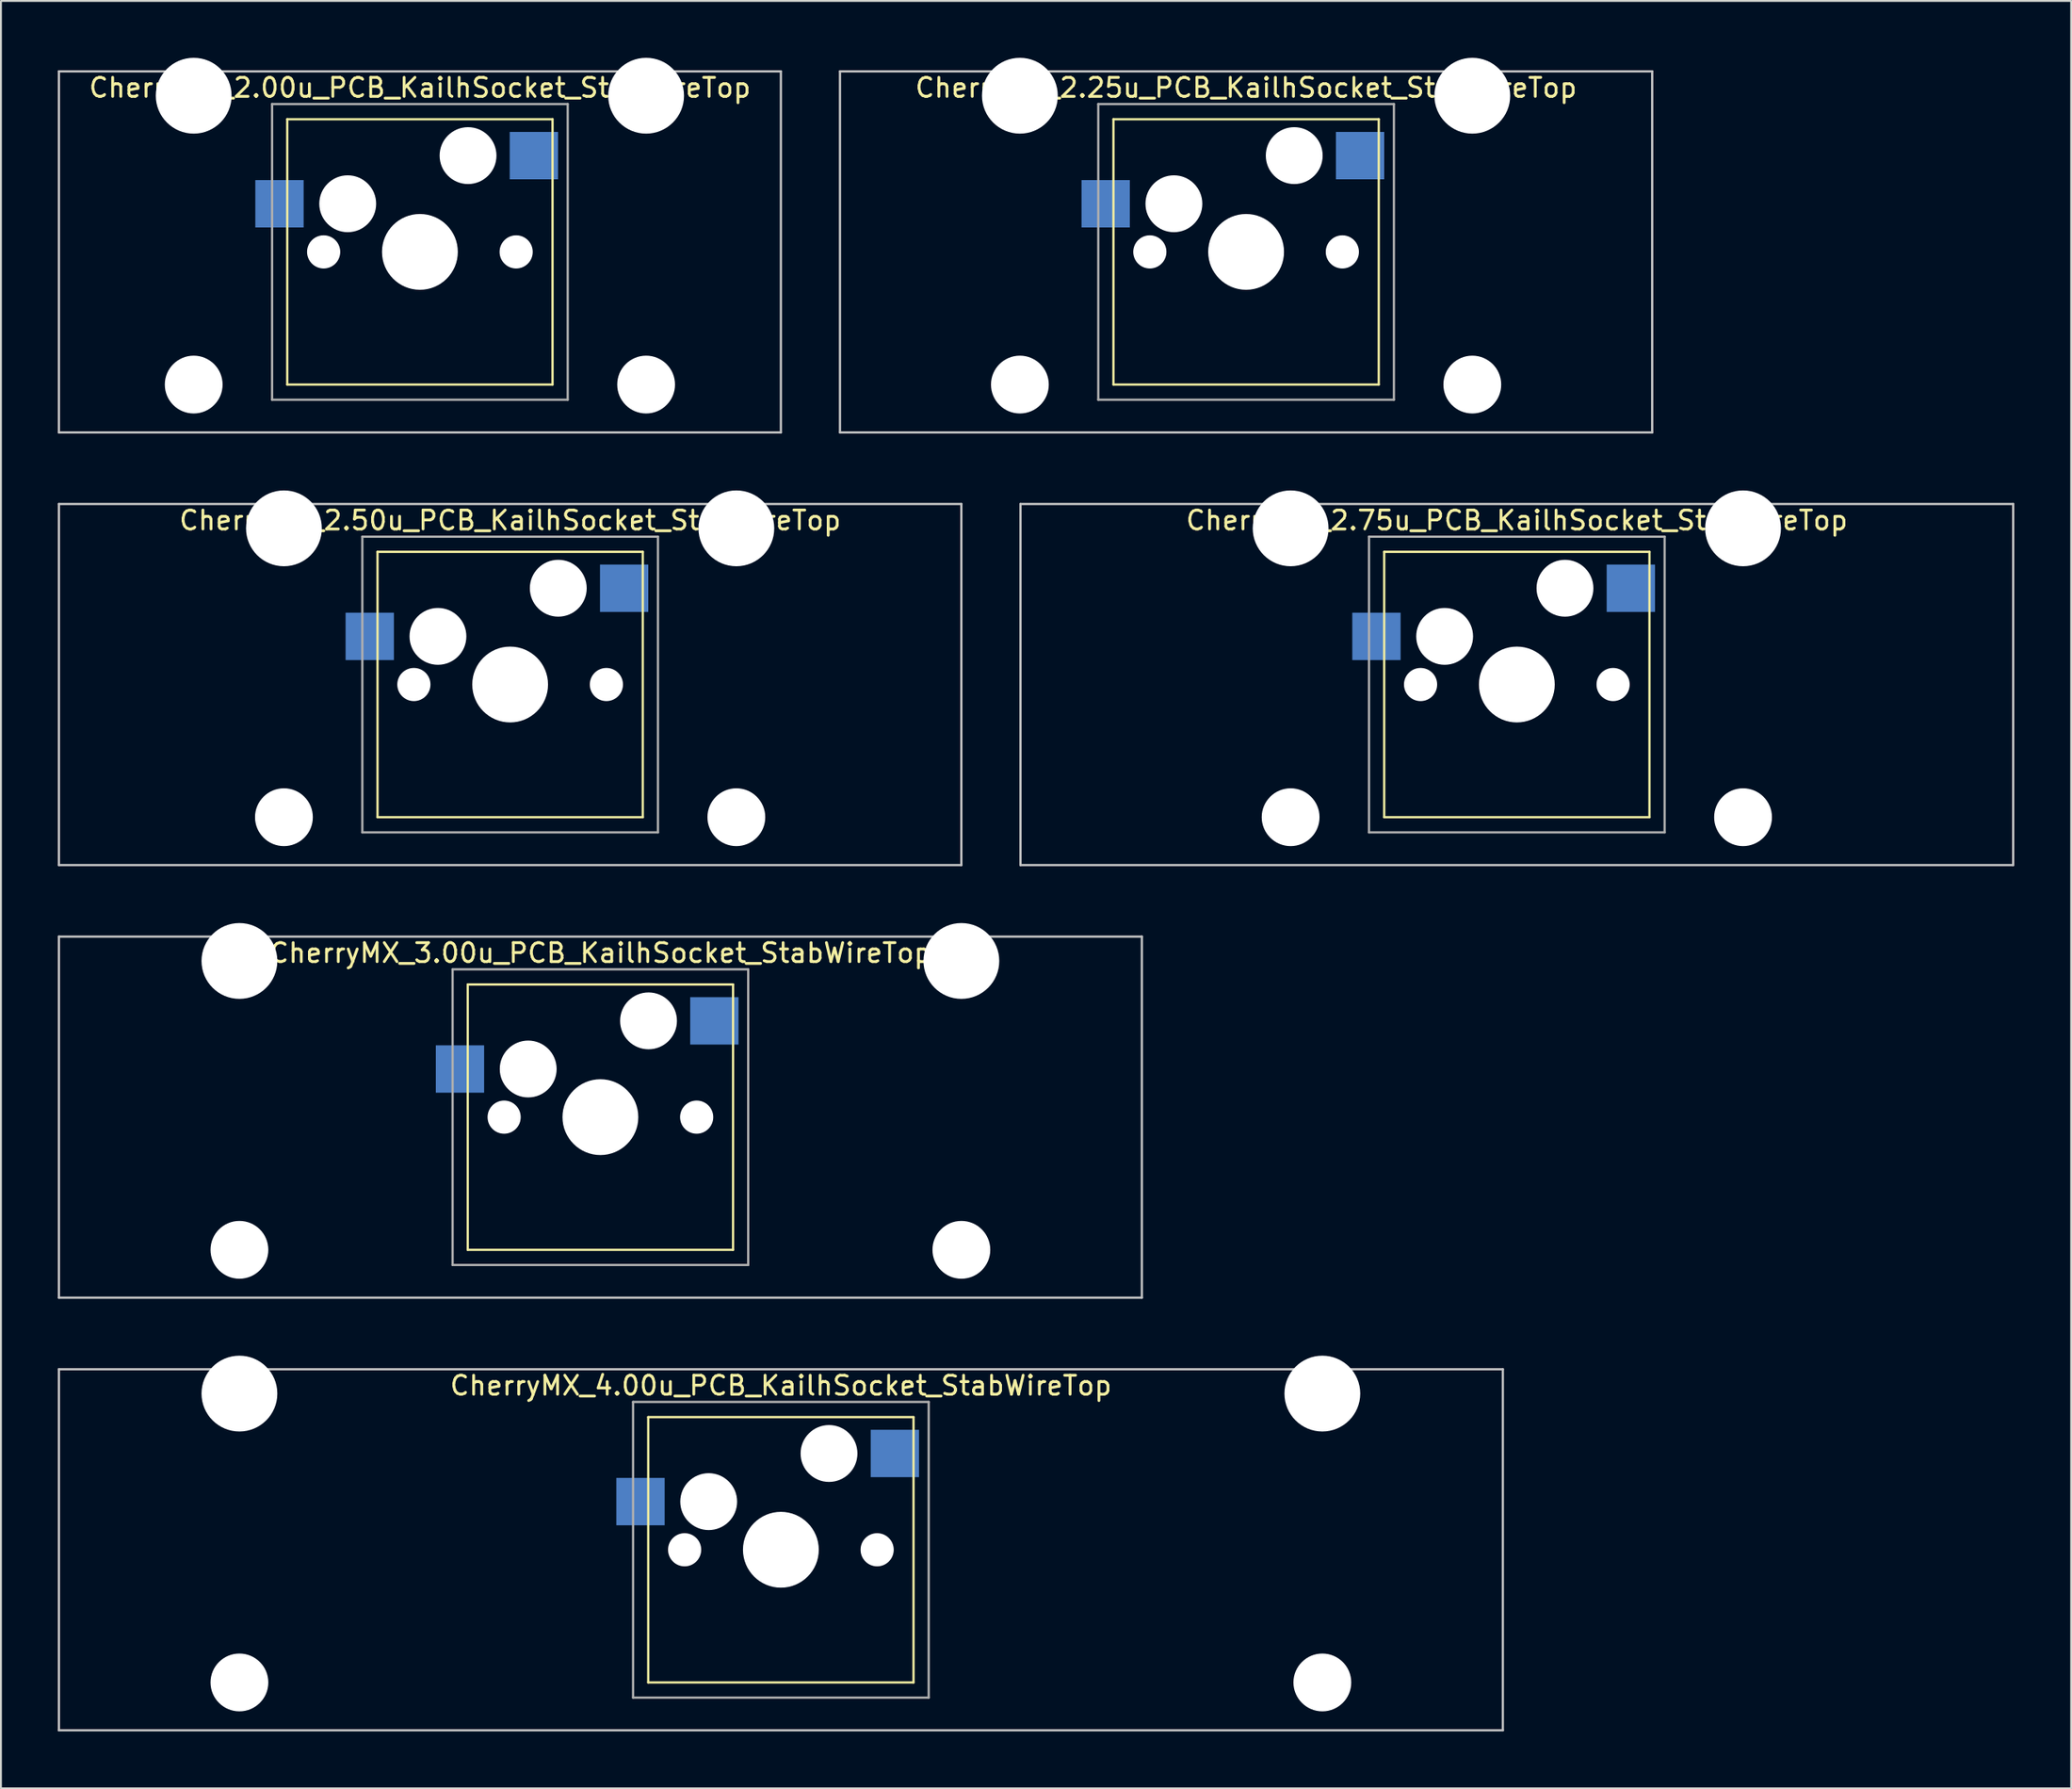
<source format=kicad_pcb>
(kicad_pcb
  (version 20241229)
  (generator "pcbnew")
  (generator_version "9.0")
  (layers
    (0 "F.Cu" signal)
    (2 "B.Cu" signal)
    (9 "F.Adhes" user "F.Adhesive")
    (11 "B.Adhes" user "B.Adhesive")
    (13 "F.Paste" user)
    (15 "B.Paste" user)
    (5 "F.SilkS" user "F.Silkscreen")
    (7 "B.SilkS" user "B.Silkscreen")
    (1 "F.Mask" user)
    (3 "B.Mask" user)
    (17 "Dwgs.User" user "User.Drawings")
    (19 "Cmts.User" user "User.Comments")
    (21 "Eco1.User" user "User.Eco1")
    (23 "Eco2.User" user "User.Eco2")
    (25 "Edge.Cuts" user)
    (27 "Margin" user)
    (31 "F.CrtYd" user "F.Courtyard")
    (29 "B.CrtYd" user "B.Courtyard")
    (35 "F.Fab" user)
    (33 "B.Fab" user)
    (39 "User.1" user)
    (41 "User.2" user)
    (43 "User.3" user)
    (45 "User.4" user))
  (footprint "CherryMX_3.00u_PCB_KailhSocket_StabWireTop"
    (layer "F.Cu")
    (at 28.635 55.89)
    (property "Reference" "CherryMX_3.00u_PCB_KailhSocket_StabWireTop" (at 0 -8.662 0) (layer "F.SilkS") (effects (font (size 1 1) (thickness 0.15))))
    (attr through_hole)
    (fp_line (start -7 -7) (end -7 7) (stroke (width 0.12) (type solid)) (layer "F.SilkS"))
    (fp_line (start -7 -7) (end 7 -7) (stroke (width 0.12) (type solid)) (layer "F.SilkS"))
    (fp_line (start 7 -7) (end 7 7) (stroke (width 0.12) (type solid)) (layer "F.SilkS"))
    (fp_line (start 7 7) (end -7 7) (stroke (width 0.12) (type solid)) (layer "F.SilkS"))
    (fp_line (start -28.575 -9.525) (end 28.575 -9.525) (stroke (width 0.12) (type solid)) (layer "Dwgs.User"))
    (fp_line (start -28.575 9.525) (end -28.575 -9.525) (stroke (width 0.12) (type solid)) (layer "Dwgs.User"))
    (fp_line (start 28.575 -9.525) (end 28.575 9.525) (stroke (width 0.12) (type solid)) (layer "Dwgs.User"))
    (fp_line (start 28.575 9.525) (end -28.575 9.525) (stroke (width 0.12) (type solid)) (layer "Dwgs.User"))
    (fp_line (start -7.8 -7.8) (end -7.8 7.8) (stroke (width 0.12) (type solid)) (layer "F.Fab"))
    (fp_line (start -7.8 -7.8) (end 7.8 -7.8) (stroke (width 0.12) (type solid)) (layer "F.Fab"))
    (fp_line (start -7.8 7.8) (end 7.8 7.8) (stroke (width 0.12) (type solid)) (layer "F.Fab"))
    (fp_line (start 7.8 -7.8) (end 7.8 7.8) (stroke (width 0.12) (type solid)) (layer "F.Fab"))
    (pad "" np_thru_hole circle (at -19.05 -8.24) (size 4 4) (drill 4) (layers "*.Cu" "*.Mask"))
    (pad "" np_thru_hole circle (at -19.05 7) (size 3.05 3.05) (drill 3.05) (layers "*.Cu" "*.Mask"))
    (pad "" np_thru_hole circle (at -5.08 0) (size 1.75 1.75) (drill 1.75) (layers "*.Cu" "*.Mask"))
    (pad "" np_thru_hole circle (at -3.81 -2.54) (size 3 3) (drill 3) (layers "*.Cu" "*.Mask"))
    (pad "" np_thru_hole circle (at 0 0) (size 4 4) (drill 4) (layers "*.Cu" "*.Mask"))
    (pad "" np_thru_hole circle (at 2.54 -5.08) (size 3 3) (drill 3) (layers "*.Cu" "*.Mask"))
    (pad "" np_thru_hole circle (at 5.08 0) (size 1.75 1.75) (drill 1.75) (layers "*.Cu" "*.Mask"))
    (pad "" np_thru_hole circle (at 19.05 -8.24) (size 4 4) (drill 4) (layers "*.Cu" "*.Mask"))
    (pad "" np_thru_hole circle (at 19.05 7) (size 3.05 3.05) (drill 3.05) (layers "*.Cu" "*.Mask"))
    (pad "1" smd rect (at -7.41 -2.54) (size 2.55 2.5) (layers "B.Cu" "B.Mask" "B.Paste"))
    (pad "2" smd rect (at 6.015 -5.08) (size 2.55 2.5) (layers "B.Cu" "B.Mask" "B.Paste")))
  (footprint "CherryMX_2.75u_PCB_KailhSocket_StabWireTop"
    (layer "F.Cu")
    (at 76.999 33.065)
    (property "Reference" "CherryMX_2.75u_PCB_KailhSocket_StabWireTop" (at 0 -8.662 0) (layer "F.SilkS") (effects (font (size 1 1) (thickness 0.15))))
    (attr through_hole)
    (fp_line (start -7 -7) (end -7 7) (stroke (width 0.12) (type solid)) (layer "F.SilkS"))
    (fp_line (start -7 -7) (end 7 -7) (stroke (width 0.12) (type solid)) (layer "F.SilkS"))
    (fp_line (start 7 -7) (end 7 7) (stroke (width 0.12) (type solid)) (layer "F.SilkS"))
    (fp_line (start 7 7) (end -7 7) (stroke (width 0.12) (type solid)) (layer "F.SilkS"))
    (fp_line (start -26.194 -9.525) (end 26.194 -9.525) (stroke (width 0.12) (type solid)) (layer "Dwgs.User"))
    (fp_line (start -26.194 9.525) (end -26.194 -9.525) (stroke (width 0.12) (type solid)) (layer "Dwgs.User"))
    (fp_line (start 26.194 -9.525) (end 26.194 9.525) (stroke (width 0.12) (type solid)) (layer "Dwgs.User"))
    (fp_line (start 26.194 9.525) (end -26.194 9.525) (stroke (width 0.12) (type solid)) (layer "Dwgs.User"))
    (fp_line (start -7.8 -7.8) (end -7.8 7.8) (stroke (width 0.12) (type solid)) (layer "F.Fab"))
    (fp_line (start -7.8 -7.8) (end 7.8 -7.8) (stroke (width 0.12) (type solid)) (layer "F.Fab"))
    (fp_line (start -7.8 7.8) (end 7.8 7.8) (stroke (width 0.12) (type solid)) (layer "F.Fab"))
    (fp_line (start 7.8 -7.8) (end 7.8 7.8) (stroke (width 0.12) (type solid)) (layer "F.Fab"))
    (pad "" np_thru_hole circle (at -11.938 -8.24) (size 4 4) (drill 4) (layers "*.Cu" "*.Mask"))
    (pad "" np_thru_hole circle (at -11.938 7) (size 3.05 3.05) (drill 3.05) (layers "*.Cu" "*.Mask"))
    (pad "" np_thru_hole circle (at -5.08 0) (size 1.75 1.75) (drill 1.75) (layers "*.Cu" "*.Mask"))
    (pad "" np_thru_hole circle (at -3.81 -2.54) (size 3 3) (drill 3) (layers "*.Cu" "*.Mask"))
    (pad "" np_thru_hole circle (at 0 0) (size 4 4) (drill 4) (layers "*.Cu" "*.Mask"))
    (pad "" np_thru_hole circle (at 2.54 -5.08) (size 3 3) (drill 3) (layers "*.Cu" "*.Mask"))
    (pad "" np_thru_hole circle (at 5.08 0) (size 1.75 1.75) (drill 1.75) (layers "*.Cu" "*.Mask"))
    (pad "" np_thru_hole circle (at 11.938 -8.24) (size 4 4) (drill 4) (layers "*.Cu" "*.Mask"))
    (pad "" np_thru_hole circle (at 11.938 7) (size 3.05 3.05) (drill 3.05) (layers "*.Cu" "*.Mask"))
    (pad "1" smd rect (at -7.41 -2.54) (size 2.55 2.5) (layers "B.Cu" "B.Mask" "B.Paste"))
    (pad "2" smd rect (at 6.015 -5.08) (size 2.55 2.5) (layers "B.Cu" "B.Mask" "B.Paste")))
  (footprint "CherryMX_2.00u_PCB_KailhSocket_StabWireTop"
    (layer "F.Cu")
    (at 19.11 10.24)
    (property "Reference" "CherryMX_2.00u_PCB_KailhSocket_StabWireTop" (at 0 -8.662 0) (layer "F.SilkS") (effects (font (size 1 1) (thickness 0.15))))
    (attr through_hole)
    (fp_line (start -7 -7) (end -7 7) (stroke (width 0.12) (type solid)) (layer "F.SilkS"))
    (fp_line (start -7 -7) (end 7 -7) (stroke (width 0.12) (type solid)) (layer "F.SilkS"))
    (fp_line (start 7 -7) (end 7 7) (stroke (width 0.12) (type solid)) (layer "F.SilkS"))
    (fp_line (start 7 7) (end -7 7) (stroke (width 0.12) (type solid)) (layer "F.SilkS"))
    (fp_line (start -19.05 -9.525) (end 19.05 -9.525) (stroke (width 0.12) (type solid)) (layer "Dwgs.User"))
    (fp_line (start -19.05 9.525) (end -19.05 -9.525) (stroke (width 0.12) (type solid)) (layer "Dwgs.User"))
    (fp_line (start 19.05 -9.525) (end 19.05 9.525) (stroke (width 0.12) (type solid)) (layer "Dwgs.User"))
    (fp_line (start 19.05 9.525) (end -19.05 9.525) (stroke (width 0.12) (type solid)) (layer "Dwgs.User"))
    (fp_line (start -7.8 -7.8) (end -7.8 7.8) (stroke (width 0.12) (type solid)) (layer "F.Fab"))
    (fp_line (start -7.8 -7.8) (end 7.8 -7.8) (stroke (width 0.12) (type solid)) (layer "F.Fab"))
    (fp_line (start -7.8 7.8) (end 7.8 7.8) (stroke (width 0.12) (type solid)) (layer "F.Fab"))
    (fp_line (start 7.8 -7.8) (end 7.8 7.8) (stroke (width 0.12) (type solid)) (layer "F.Fab"))
    (pad "" np_thru_hole circle (at -11.938 -8.24) (size 4 4) (drill 4) (layers "*.Cu" "*.Mask"))
    (pad "" np_thru_hole circle (at -11.938 7) (size 3.05 3.05) (drill 3.05) (layers "*.Cu" "*.Mask"))
    (pad "" np_thru_hole circle (at -5.08 0) (size 1.75 1.75) (drill 1.75) (layers "*.Cu" "*.Mask"))
    (pad "" np_thru_hole circle (at -3.81 -2.54) (size 3 3) (drill 3) (layers "*.Cu" "*.Mask"))
    (pad "" np_thru_hole circle (at 0 0) (size 4 4) (drill 4) (layers "*.Cu" "*.Mask"))
    (pad "" np_thru_hole circle (at 2.54 -5.08) (size 3 3) (drill 3) (layers "*.Cu" "*.Mask"))
    (pad "" np_thru_hole circle (at 5.08 0) (size 1.75 1.75) (drill 1.75) (layers "*.Cu" "*.Mask"))
    (pad "" np_thru_hole circle (at 11.938 -8.24) (size 4 4) (drill 4) (layers "*.Cu" "*.Mask"))
    (pad "" np_thru_hole circle (at 11.938 7) (size 3.05 3.05) (drill 3.05) (layers "*.Cu" "*.Mask"))
    (pad "1" smd rect (at -7.41 -2.54) (size 2.55 2.5) (layers "B.Cu" "B.Mask" "B.Paste"))
    (pad "2" smd rect (at 6.015 -5.08) (size 2.55 2.5) (layers "B.Cu" "B.Mask" "B.Paste")))
  (footprint "CherryMX_2.25u_PCB_KailhSocket_StabWireTop"
    (layer "F.Cu")
    (at 62.711 10.24)
    (property "Reference" "CherryMX_2.25u_PCB_KailhSocket_StabWireTop" (at 0 -8.662 0) (layer "F.SilkS") (effects (font (size 1 1) (thickness 0.15))))
    (attr through_hole)
    (fp_line (start -7 -7) (end -7 7) (stroke (width 0.12) (type solid)) (layer "F.SilkS"))
    (fp_line (start -7 -7) (end 7 -7) (stroke (width 0.12) (type solid)) (layer "F.SilkS"))
    (fp_line (start 7 -7) (end 7 7) (stroke (width 0.12) (type solid)) (layer "F.SilkS"))
    (fp_line (start 7 7) (end -7 7) (stroke (width 0.12) (type solid)) (layer "F.SilkS"))
    (fp_line (start -21.431 -9.525) (end 21.431 -9.525) (stroke (width 0.12) (type solid)) (layer "Dwgs.User"))
    (fp_line (start -21.431 9.525) (end -21.431 -9.525) (stroke (width 0.12) (type solid)) (layer "Dwgs.User"))
    (fp_line (start 21.431 -9.525) (end 21.431 9.525) (stroke (width 0.12) (type solid)) (layer "Dwgs.User"))
    (fp_line (start 21.431 9.525) (end -21.431 9.525) (stroke (width 0.12) (type solid)) (layer "Dwgs.User"))
    (fp_line (start -7.8 -7.8) (end -7.8 7.8) (stroke (width 0.12) (type solid)) (layer "F.Fab"))
    (fp_line (start -7.8 -7.8) (end 7.8 -7.8) (stroke (width 0.12) (type solid)) (layer "F.Fab"))
    (fp_line (start -7.8 7.8) (end 7.8 7.8) (stroke (width 0.12) (type solid)) (layer "F.Fab"))
    (fp_line (start 7.8 -7.8) (end 7.8 7.8) (stroke (width 0.12) (type solid)) (layer "F.Fab"))
    (pad "" np_thru_hole circle (at -11.938 -8.24) (size 4 4) (drill 4) (layers "*.Cu" "*.Mask"))
    (pad "" np_thru_hole circle (at -11.938 7) (size 3.05 3.05) (drill 3.05) (layers "*.Cu" "*.Mask"))
    (pad "" np_thru_hole circle (at -5.08 0) (size 1.75 1.75) (drill 1.75) (layers "*.Cu" "*.Mask"))
    (pad "" np_thru_hole circle (at -3.81 -2.54) (size 3 3) (drill 3) (layers "*.Cu" "*.Mask"))
    (pad "" np_thru_hole circle (at 0 0) (size 4 4) (drill 4) (layers "*.Cu" "*.Mask"))
    (pad "" np_thru_hole circle (at 2.54 -5.08) (size 3 3) (drill 3) (layers "*.Cu" "*.Mask"))
    (pad "" np_thru_hole circle (at 5.08 0) (size 1.75 1.75) (drill 1.75) (layers "*.Cu" "*.Mask"))
    (pad "" np_thru_hole circle (at 11.938 -8.24) (size 4 4) (drill 4) (layers "*.Cu" "*.Mask"))
    (pad "" np_thru_hole circle (at 11.938 7) (size 3.05 3.05) (drill 3.05) (layers "*.Cu" "*.Mask"))
    (pad "1" smd rect (at -7.41 -2.54) (size 2.55 2.5) (layers "B.Cu" "B.Mask" "B.Paste"))
    (pad "2" smd rect (at 6.015 -5.08) (size 2.55 2.5) (layers "B.Cu" "B.Mask" "B.Paste")))
  (footprint "CherryMX_4.00u_PCB_KailhSocket_StabWireTop"
    (layer "F.Cu")
    (at 38.16 78.715)
    (property "Reference" "CherryMX_4.00u_PCB_KailhSocket_StabWireTop" (at 0 -8.662 0) (layer "F.SilkS") (effects (font (size 1 1) (thickness 0.15))))
    (attr through_hole)
    (fp_line (start -7 -7) (end -7 7) (stroke (width 0.12) (type solid)) (layer "F.SilkS"))
    (fp_line (start -7 -7) (end 7 -7) (stroke (width 0.12) (type solid)) (layer "F.SilkS"))
    (fp_line (start 7 -7) (end 7 7) (stroke (width 0.12) (type solid)) (layer "F.SilkS"))
    (fp_line (start 7 7) (end -7 7) (stroke (width 0.12) (type solid)) (layer "F.SilkS"))
    (fp_line (start -38.1 -9.525) (end 38.1 -9.525) (stroke (width 0.12) (type solid)) (layer "Dwgs.User"))
    (fp_line (start -38.1 9.525) (end -38.1 -9.525) (stroke (width 0.12) (type solid)) (layer "Dwgs.User"))
    (fp_line (start 38.1 -9.525) (end 38.1 9.525) (stroke (width 0.12) (type solid)) (layer "Dwgs.User"))
    (fp_line (start 38.1 9.525) (end -38.1 9.525) (stroke (width 0.12) (type solid)) (layer "Dwgs.User"))
    (fp_line (start -7.8 -7.8) (end -7.8 7.8) (stroke (width 0.12) (type solid)) (layer "F.Fab"))
    (fp_line (start -7.8 -7.8) (end 7.8 -7.8) (stroke (width 0.12) (type solid)) (layer "F.Fab"))
    (fp_line (start -7.8 7.8) (end 7.8 7.8) (stroke (width 0.12) (type solid)) (layer "F.Fab"))
    (fp_line (start 7.8 -7.8) (end 7.8 7.8) (stroke (width 0.12) (type solid)) (layer "F.Fab"))
    (pad "" np_thru_hole circle (at -28.575 -8.24) (size 4 4) (drill 4) (layers "*.Cu" "*.Mask"))
    (pad "" np_thru_hole circle (at -28.575 7) (size 3.05 3.05) (drill 3.05) (layers "*.Cu" "*.Mask"))
    (pad "" np_thru_hole circle (at -5.08 0) (size 1.75 1.75) (drill 1.75) (layers "*.Cu" "*.Mask"))
    (pad "" np_thru_hole circle (at -3.81 -2.54) (size 3 3) (drill 3) (layers "*.Cu" "*.Mask"))
    (pad "" np_thru_hole circle (at 0 0) (size 4 4) (drill 4) (layers "*.Cu" "*.Mask"))
    (pad "" np_thru_hole circle (at 2.54 -5.08) (size 3 3) (drill 3) (layers "*.Cu" "*.Mask"))
    (pad "" np_thru_hole circle (at 5.08 0) (size 1.75 1.75) (drill 1.75) (layers "*.Cu" "*.Mask"))
    (pad "" np_thru_hole circle (at 28.575 -8.24) (size 4 4) (drill 4) (layers "*.Cu" "*.Mask"))
    (pad "" np_thru_hole circle (at 28.575 7) (size 3.05 3.05) (drill 3.05) (layers "*.Cu" "*.Mask"))
    (pad "1" smd rect (at -7.41 -2.54) (size 2.55 2.5) (layers "B.Cu" "B.Mask" "B.Paste"))
    (pad "2" smd rect (at 6.015 -5.08) (size 2.55 2.5) (layers "B.Cu" "B.Mask" "B.Paste")))
  (footprint "CherryMX_2.50u_PCB_KailhSocket_StabWireTop"
    (layer "F.Cu")
    (at 23.872 33.065)
    (property "Reference" "CherryMX_2.50u_PCB_KailhSocket_StabWireTop" (at 0 -8.662 0) (layer "F.SilkS") (effects (font (size 1 1) (thickness 0.15))))
    (attr through_hole)
    (fp_line (start -7 -7) (end -7 7) (stroke (width 0.12) (type solid)) (layer "F.SilkS"))
    (fp_line (start -7 -7) (end 7 -7) (stroke (width 0.12) (type solid)) (layer "F.SilkS"))
    (fp_line (start 7 -7) (end 7 7) (stroke (width 0.12) (type solid)) (layer "F.SilkS"))
    (fp_line (start 7 7) (end -7 7) (stroke (width 0.12) (type solid)) (layer "F.SilkS"))
    (fp_line (start -23.812 -9.525) (end 23.812 -9.525) (stroke (width 0.12) (type solid)) (layer "Dwgs.User"))
    (fp_line (start -23.812 9.525) (end -23.812 -9.525) (stroke (width 0.12) (type solid)) (layer "Dwgs.User"))
    (fp_line (start 23.812 -9.525) (end 23.812 9.525) (stroke (width 0.12) (type solid)) (layer "Dwgs.User"))
    (fp_line (start 23.812 9.525) (end -23.812 9.525) (stroke (width 0.12) (type solid)) (layer "Dwgs.User"))
    (fp_line (start -7.8 -7.8) (end -7.8 7.8) (stroke (width 0.12) (type solid)) (layer "F.Fab"))
    (fp_line (start -7.8 -7.8) (end 7.8 -7.8) (stroke (width 0.12) (type solid)) (layer "F.Fab"))
    (fp_line (start -7.8 7.8) (end 7.8 7.8) (stroke (width 0.12) (type solid)) (layer "F.Fab"))
    (fp_line (start 7.8 -7.8) (end 7.8 7.8) (stroke (width 0.12) (type solid)) (layer "F.Fab"))
    (pad "" np_thru_hole circle (at -11.938 -8.24) (size 4 4) (drill 4) (layers "*.Cu" "*.Mask"))
    (pad "" np_thru_hole circle (at -11.938 7) (size 3.05 3.05) (drill 3.05) (layers "*.Cu" "*.Mask"))
    (pad "" np_thru_hole circle (at -5.08 0) (size 1.75 1.75) (drill 1.75) (layers "*.Cu" "*.Mask"))
    (pad "" np_thru_hole circle (at -3.81 -2.54) (size 3 3) (drill 3) (layers "*.Cu" "*.Mask"))
    (pad "" np_thru_hole circle (at 0 0) (size 4 4) (drill 4) (layers "*.Cu" "*.Mask"))
    (pad "" np_thru_hole circle (at 2.54 -5.08) (size 3 3) (drill 3) (layers "*.Cu" "*.Mask"))
    (pad "" np_thru_hole circle (at 5.08 0) (size 1.75 1.75) (drill 1.75) (layers "*.Cu" "*.Mask"))
    (pad "" np_thru_hole circle (at 11.938 -8.24) (size 4 4) (drill 4) (layers "*.Cu" "*.Mask"))
    (pad "" np_thru_hole circle (at 11.938 7) (size 3.05 3.05) (drill 3.05) (layers "*.Cu" "*.Mask"))
    (pad "1" smd rect (at -7.41 -2.54) (size 2.55 2.5) (layers "B.Cu" "B.Mask" "B.Paste"))
    (pad "2" smd rect (at 6.015 -5.08) (size 2.55 2.5) (layers "B.Cu" "B.Mask" "B.Paste")))
  (gr_rect
    (start -3 -3)
    (end 106.252 91.3)
    (stroke (width 0.1) (type default))
    (fill no)
    (layer "Edge.Cuts")))
</source>
